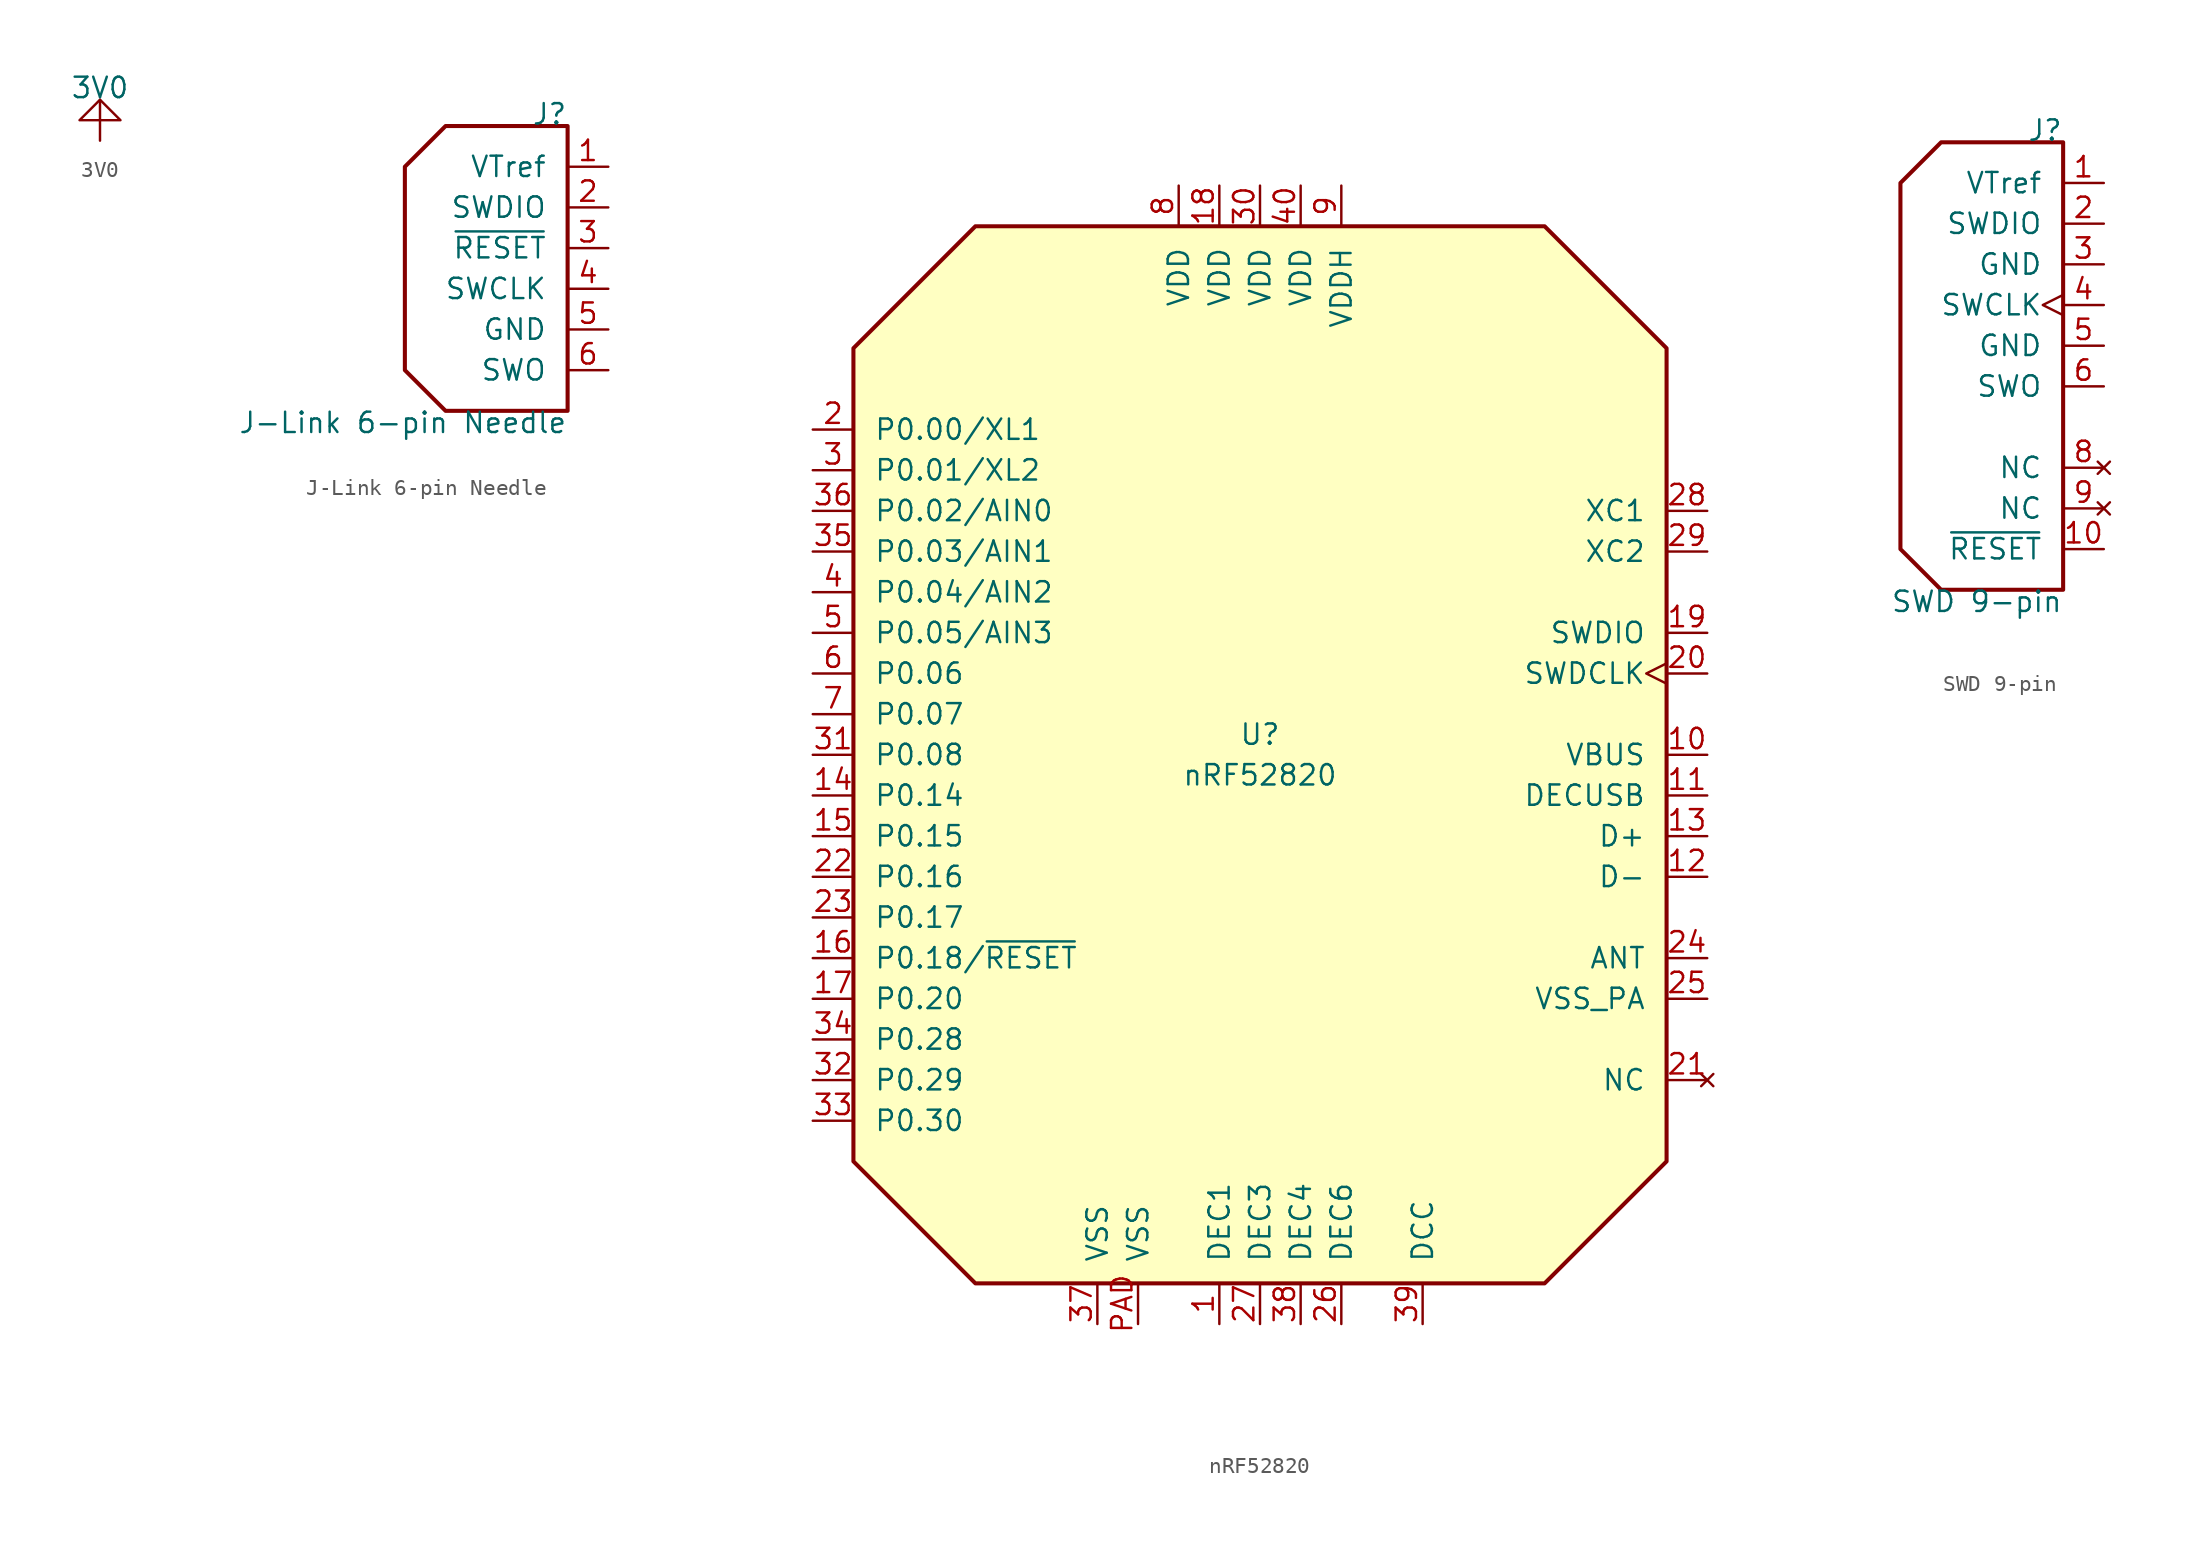
<source format=kicad_sym>
(kicad_symbol_lib
  (version 20231120)
  (generator "kicad_symbol_editor")
  (generator_version "8.0")
  (symbol "3V0"
    (pin_numbers hide)
    (pin_names
      (offset 0) hide)
    (property "Reference" "P"
      (at 0 0 0)
      (effects (font (size 1.27 1.27)) (hide yes)))
    (property "Value" "3V0"
      (at 0 2.54 0)
      (effects (font (size 1.27 1.27)) (justify bottom)))
    (symbol "3V0_0_1"
      (polyline (pts (xy 0 2.54) (xy -1.27 1.27) (xy 1.27 1.27) (xy 0 2.54)) (stroke (width 0) (type default)) (fill (type none))))
    (symbol "3V0_1_1"
      (pin power_out line (at 0 0 90) (length 2.54) (name "3V0" (effects (font (size 1.27 1.27)))) (number "1" (effects (font (size 1.27 1.27)))))))
  (symbol "J-Link 6-pin Needle"
    (pin_names
      (offset 1.27))
    (property "Reference" "J"
      (at 2.54 7.62 0)
      (effects (font (size 1.27 1.27)) (justify right bottom)))
    (property "Value" "J-Link 6-pin Needle"
      (at 2.54 -10.16 0)
      (effects (font (size 1.27 1.27)) (justify right top)))
    (symbol "J-Link 6-pin Needle_0_1"
      (polyline (pts (xy 2.54 7.62) (xy -5.08 7.62) (xy -7.62 5.08) (xy -7.62 -7.62) (xy -5.08 -10.16) (xy 2.54 -10.16) (xy 2.54 7.62)) (stroke (width 0.254) (type default)) (fill (type none))))
    (symbol "J-Link 6-pin Needle_1_1"
      (pin power_in line (at 5.08 5.08 180) (length 2.54) (name "VTref" (effects (font (size 1.27 1.27)))) (number "1" (effects (font (size 1.27 1.27)))))
      (pin bidirectional line (at 5.08 2.54 180) (length 2.54) (name "SWDIO" (effects (font (size 1.27 1.27)))) (number "2" (effects (font (size 1.27 1.27)))))
      (pin output line (at 5.08 0 180) (length 2.54) (name "~{RESET}" (effects (font (size 1.27 1.27)))) (number "3" (effects (font (size 1.27 1.27)))))
      (pin output line (at 5.08 -2.54 180) (length 2.54) (name "SWCLK" (effects (font (size 1.27 1.27)))) (number "4" (effects (font (size 1.27 1.27)))))
      (pin power_in line (at 5.08 -5.08 180) (length 2.54) (name "GND" (effects (font (size 1.27 1.27)))) (number "5" (effects (font (size 1.27 1.27)))))
      (pin output line (at 5.08 -7.62 180) (length 2.54) (name "SWO" (effects (font (size 1.27 1.27)))) (number "6" (effects (font (size 1.27 1.27)))))))
  (symbol "nRF52820"
    (pin_names
      (offset 1.27))
    (property "Reference" "U"
      (at 0 1.27 0)
      (effects (font (size 1.27 1.27))))
    (property "Value" "nRF52820"
      (at 0 -1.27 0)
      (effects (font (size 1.27 1.27))))
    (symbol "nRF52820_0_1"
      (polyline (pts (xy -25.4 25.4) (xy -17.78 33.02) (xy 17.78 33.02) (xy 25.4 25.4) (xy 25.4 -25.4) (xy 17.78 -33.02) (xy -17.78 -33.02) (xy -25.4 -25.4) (xy -25.4 25.4)) (stroke (width 0.254) (type default)) (fill (type background))))
    (symbol "nRF52820_1_1"
      (pin passive line (at -2.54 -35.56 90) (length 2.54) (name "DEC1" (effects (font (size 1.27 1.27)))) (number "1" (effects (font (size 1.27 1.27)))))
      (pin power_in line (at 27.94 0 180) (length 2.54) (name "VBUS" (effects (font (size 1.27 1.27)))) (number "10" (effects (font (size 1.27 1.27)))))
      (pin passive line (at 27.94 -2.54 180) (length 2.54) (name "DECUSB" (effects (font (size 1.27 1.27)))) (number "11" (effects (font (size 1.27 1.27)))))
      (pin bidirectional line (at 27.94 -7.62 180) (length 2.54) (name "D-" (effects (font (size 1.27 1.27)))) (number "12" (effects (font (size 1.27 1.27)))))
      (pin bidirectional line (at 27.94 -5.08 180) (length 2.54) (name "D+" (effects (font (size 1.27 1.27)))) (number "13" (effects (font (size 1.27 1.27)))))
      (pin bidirectional line (at -27.94 -2.54 0) (length 2.54) (name "P0.14" (effects (font (size 1.27 1.27)))) (number "14" (effects (font (size 1.27 1.27)))))
      (pin bidirectional line (at -27.94 -5.08 0) (length 2.54) (name "P0.15" (effects (font (size 1.27 1.27)))) (number "15" (effects (font (size 1.27 1.27)))))
      (pin bidirectional line (at -27.94 -12.7 0) (length 2.54) (name "P0.18/~{RESET}" (effects (font (size 1.27 1.27)))) (number "16" (effects (font (size 1.27 1.27)))))
      (pin bidirectional line (at -27.94 -15.24 0) (length 2.54) (name "P0.20" (effects (font (size 1.27 1.27)))) (number "17" (effects (font (size 1.27 1.27)))))
      (pin power_in line (at -2.54 35.56 270) (length 2.54) (name "VDD" (effects (font (size 1.27 1.27)))) (number "18" (effects (font (size 1.27 1.27)))))
      (pin bidirectional line (at 27.94 7.62 180) (length 2.54) (name "SWDIO" (effects (font (size 1.27 1.27)))) (number "19" (effects (font (size 1.27 1.27)))))
      (pin bidirectional line (at -27.94 20.32 0) (length 2.54) (name "P0.00/XL1" (effects (font (size 1.27 1.27)))) (number "2" (effects (font (size 1.27 1.27)))))
      (pin input clock (at 27.94 5.08 180) (length 2.54) (name "SWDCLK" (effects (font (size 1.27 1.27)))) (number "20" (effects (font (size 1.27 1.27)))))
      (pin no_connect line (at 27.94 -20.32 180) (length 2.54) (name "NC" (effects (font (size 1.27 1.27)))) (number "21" (effects (font (size 1.27 1.27)))))
      (pin bidirectional line (at -27.94 -7.62 0) (length 2.54) (name "P0.16" (effects (font (size 1.27 1.27)))) (number "22" (effects (font (size 1.27 1.27)))))
      (pin bidirectional line (at -27.94 -10.16 0) (length 2.54) (name "P0.17" (effects (font (size 1.27 1.27)))) (number "23" (effects (font (size 1.27 1.27)))))
      (pin bidirectional line (at 27.94 -12.7 180) (length 2.54) (name "ANT" (effects (font (size 1.27 1.27)))) (number "24" (effects (font (size 1.27 1.27)))))
      (pin power_in line (at 27.94 -15.24 180) (length 2.54) (name "VSS_PA" (effects (font (size 1.27 1.27)))) (number "25" (effects (font (size 1.27 1.27)))))
      (pin passive line (at 5.08 -35.56 90) (length 2.54) (name "DEC6" (effects (font (size 1.27 1.27)))) (number "26" (effects (font (size 1.27 1.27)))))
      (pin passive line (at 0 -35.56 90) (length 2.54) (name "DEC3" (effects (font (size 1.27 1.27)))) (number "27" (effects (font (size 1.27 1.27)))))
      (pin input line (at 27.94 15.24 180) (length 2.54) (name "XC1" (effects (font (size 1.27 1.27)))) (number "28" (effects (font (size 1.27 1.27)))))
      (pin input line (at 27.94 12.7 180) (length 2.54) (name "XC2" (effects (font (size 1.27 1.27)))) (number "29" (effects (font (size 1.27 1.27)))))
      (pin bidirectional line (at -27.94 17.78 0) (length 2.54) (name "P0.01/XL2" (effects (font (size 1.27 1.27)))) (number "3" (effects (font (size 1.27 1.27)))))
      (pin power_in line (at 0 35.56 270) (length 2.54) (name "VDD" (effects (font (size 1.27 1.27)))) (number "30" (effects (font (size 1.27 1.27)))))
      (pin bidirectional line (at -27.94 0 0) (length 2.54) (name "P0.08" (effects (font (size 1.27 1.27)))) (number "31" (effects (font (size 1.27 1.27)))))
      (pin bidirectional line (at -27.94 -20.32 0) (length 2.54) (name "P0.29" (effects (font (size 1.27 1.27)))) (number "32" (effects (font (size 1.27 1.27)))))
      (pin bidirectional line (at -27.94 -22.86 0) (length 2.54) (name "P0.30" (effects (font (size 1.27 1.27)))) (number "33" (effects (font (size 1.27 1.27)))))
      (pin bidirectional line (at -27.94 -17.78 0) (length 2.54) (name "P0.28" (effects (font (size 1.27 1.27)))) (number "34" (effects (font (size 1.27 1.27)))))
      (pin bidirectional line (at -27.94 12.7 0) (length 2.54) (name "P0.03/AIN1" (effects (font (size 1.27 1.27)))) (number "35" (effects (font (size 1.27 1.27)))))
      (pin bidirectional line (at -27.94 15.24 0) (length 2.54) (name "P0.02/AIN0" (effects (font (size 1.27 1.27)))) (number "36" (effects (font (size 1.27 1.27)))))
      (pin power_in line (at -10.16 -35.56 90) (length 2.54) (name "VSS" (effects (font (size 1.27 1.27)))) (number "37" (effects (font (size 1.27 1.27)))))
      (pin passive line (at 2.54 -35.56 90) (length 2.54) (name "DEC4" (effects (font (size 1.27 1.27)))) (number "38" (effects (font (size 1.27 1.27)))))
      (pin power_out line (at 10.16 -35.56 90) (length 2.54) (name "DCC" (effects (font (size 1.27 1.27)))) (number "39" (effects (font (size 1.27 1.27)))))
      (pin bidirectional line (at -27.94 10.16 0) (length 2.54) (name "P0.04/AIN2" (effects (font (size 1.27 1.27)))) (number "4" (effects (font (size 1.27 1.27)))))
      (pin power_in line (at 2.54 35.56 270) (length 2.54) (name "VDD" (effects (font (size 1.27 1.27)))) (number "40" (effects (font (size 1.27 1.27)))))
      (pin bidirectional line (at -27.94 7.62 0) (length 2.54) (name "P0.05/AIN3" (effects (font (size 1.27 1.27)))) (number "5" (effects (font (size 1.27 1.27)))))
      (pin bidirectional line (at -27.94 5.08 0) (length 2.54) (name "P0.06" (effects (font (size 1.27 1.27)))) (number "6" (effects (font (size 1.27 1.27)))))
      (pin bidirectional line (at -27.94 2.54 0) (length 2.54) (name "P0.07" (effects (font (size 1.27 1.27)))) (number "7" (effects (font (size 1.27 1.27)))))
      (pin power_in line (at -5.08 35.56 270) (length 2.54) (name "VDD" (effects (font (size 1.27 1.27)))) (number "8" (effects (font (size 1.27 1.27)))))
      (pin power_in line (at 5.08 35.56 270) (length 2.54) (name "VDDH" (effects (font (size 1.27 1.27)))) (number "9" (effects (font (size 1.27 1.27)))))
      (pin power_in line (at -7.62 -35.56 90) (length 2.54) (name "VSS" (effects (font (size 1.27 1.27)))) (number "PAD" (effects (font (size 1.27 1.27)))))))
  (symbol "SWD 9-pin"
    (pin_names
      (offset 1.27))
    (property "Reference" "J"
      (at 2.54 7.62 0)
      (effects (font (size 1.27 1.27)) (justify right bottom)))
    (property "Value" "SWD 9-pin"
      (at 2.54 -20.32 0)
      (effects (font (size 1.27 1.27)) (justify right top)))
    (symbol "SWD 9-pin_0_1"
      (polyline (pts (xy 2.54 7.62) (xy -5.08 7.62) (xy -7.62 5.08) (xy -7.62 -17.78) (xy -5.08 -20.32) (xy 2.54 -20.32) (xy 2.54 7.62)) (stroke (width 0.254) (type default)) (fill (type none))))
    (symbol "SWD 9-pin_1_1"
      (pin power_in line (at 5.08 5.08 180) (length 2.54) (name "VTref" (effects (font (size 1.27 1.27)))) (number "1" (effects (font (size 1.27 1.27)))))
      (pin output line (at 5.08 -17.78 180) (length 2.54) (name "~{RESET}" (effects (font (size 1.27 1.27)))) (number "10" (effects (font (size 1.27 1.27)))))
      (pin bidirectional line (at 5.08 2.54 180) (length 2.54) (name "SWDIO" (effects (font (size 1.27 1.27)))) (number "2" (effects (font (size 1.27 1.27)))))
      (pin power_in line (at 5.08 0 180) (length 2.54) (name "GND" (effects (font (size 1.27 1.27)))) (number "3" (effects (font (size 1.27 1.27)))))
      (pin output clock (at 5.08 -2.54 180) (length 2.54) (name "SWCLK" (effects (font (size 1.27 1.27)))) (number "4" (effects (font (size 1.27 1.27)))))
      (pin power_in line (at 5.08 -5.08 180) (length 2.54) (name "GND" (effects (font (size 1.27 1.27)))) (number "5" (effects (font (size 1.27 1.27)))))
      (pin bidirectional line (at 5.08 -7.62 180) (length 2.54) (name "SWO" (effects (font (size 1.27 1.27)))) (number "6" (effects (font (size 1.27 1.27)))))
      (pin no_connect line (at 5.08 -12.7 180) (length 2.54) (name "NC" (effects (font (size 1.27 1.27)))) (number "8" (effects (font (size 1.27 1.27)))))
      (pin no_connect line (at 5.08 -15.24 180) (length 2.54) (name "NC" (effects (font (size 1.27 1.27)))) (number "9" (effects (font (size 1.27 1.27))))))))
</source>
